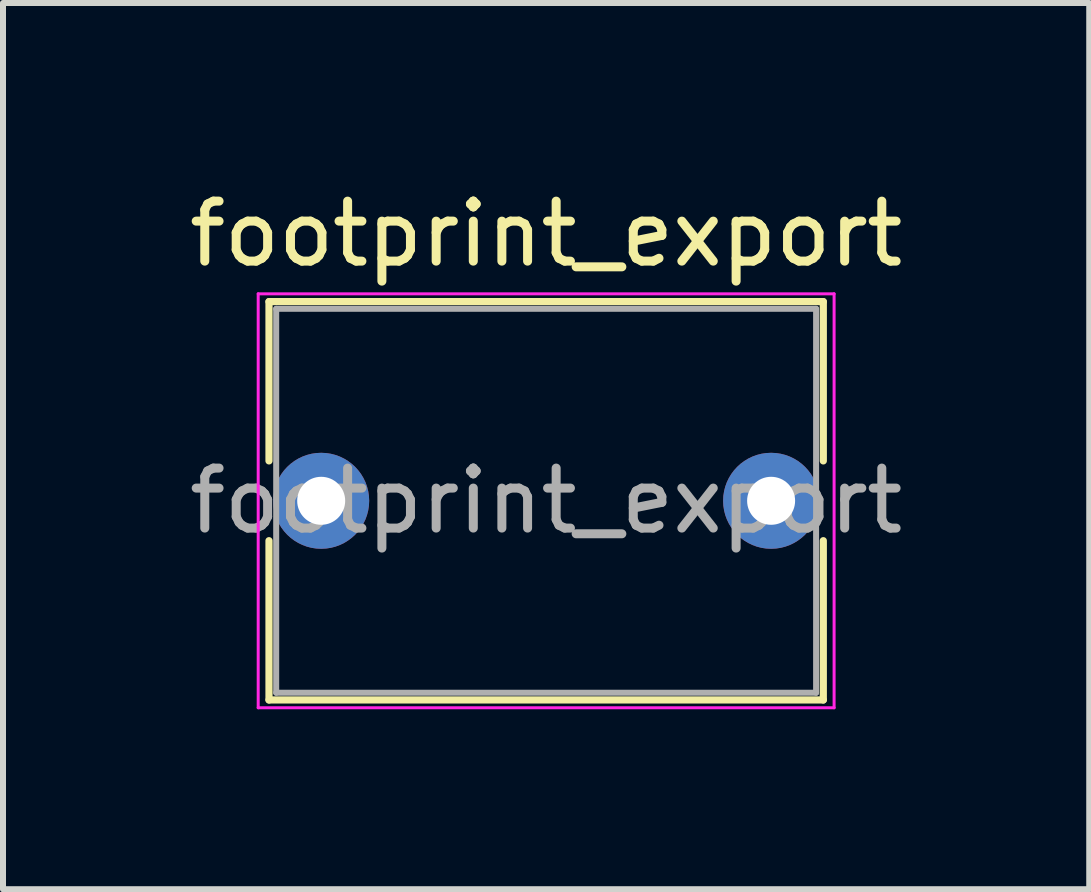
<source format=kicad_pcb>
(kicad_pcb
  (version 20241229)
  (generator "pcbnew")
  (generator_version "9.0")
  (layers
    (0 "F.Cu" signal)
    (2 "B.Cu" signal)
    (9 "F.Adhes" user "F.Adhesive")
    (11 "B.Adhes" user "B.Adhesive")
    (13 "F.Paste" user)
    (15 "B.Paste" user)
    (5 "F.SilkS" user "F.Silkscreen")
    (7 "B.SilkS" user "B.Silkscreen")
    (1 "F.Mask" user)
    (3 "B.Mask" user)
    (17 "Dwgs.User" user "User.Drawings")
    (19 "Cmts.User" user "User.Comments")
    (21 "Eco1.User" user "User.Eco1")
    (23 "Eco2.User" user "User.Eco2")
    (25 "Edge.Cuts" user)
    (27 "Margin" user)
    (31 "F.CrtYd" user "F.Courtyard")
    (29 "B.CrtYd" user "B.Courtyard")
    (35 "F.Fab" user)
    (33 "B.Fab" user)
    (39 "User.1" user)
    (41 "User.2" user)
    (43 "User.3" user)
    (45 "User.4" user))
  (footprint "footprint_export"
    (layer "F.Cu")
    (at 2.304 5.298)
    (property "Reference" "footprint_export" (at 3.75 -4.45 0) (layer "F.SilkS") (effects (font (size 1 1) (thickness 0.15))))
    (attr through_hole)
    (fp_line (start -0.87 -3.32) (end -0.87 -0.665) (stroke (width 0.12) (type solid)) (layer "F.SilkS"))
    (fp_line (start -0.87 -3.32) (end 8.37 -3.32) (stroke (width 0.12) (type solid)) (layer "F.SilkS"))
    (fp_line (start -0.87 0.665) (end -0.87 3.32) (stroke (width 0.12) (type solid)) (layer "F.SilkS"))
    (fp_line (start -0.87 3.32) (end 8.37 3.32) (stroke (width 0.12) (type solid)) (layer "F.SilkS"))
    (fp_line (start 8.37 -3.32) (end 8.37 -0.665) (stroke (width 0.12) (type solid)) (layer "F.SilkS"))
    (fp_line (start 8.37 0.665) (end 8.37 3.32) (stroke (width 0.12) (type solid)) (layer "F.SilkS"))
    (fp_line (start -1.05 -3.45) (end -1.05 3.45) (stroke (width 0.05) (type solid)) (layer "F.CrtYd"))
    (fp_line (start -1.05 3.45) (end 8.55 3.45) (stroke (width 0.05) (type solid)) (layer "F.CrtYd"))
    (fp_line (start 8.55 -3.45) (end -1.05 -3.45) (stroke (width 0.05) (type solid)) (layer "F.CrtYd"))
    (fp_line (start 8.55 3.45) (end 8.55 -3.45) (stroke (width 0.05) (type solid)) (layer "F.CrtYd"))
    (fp_line (start -0.75 -3.2) (end -0.75 3.2) (stroke (width 0.1) (type solid)) (layer "F.Fab"))
    (fp_line (start -0.75 3.2) (end 8.25 3.2) (stroke (width 0.1) (type solid)) (layer "F.Fab"))
    (fp_line (start 8.25 -3.2) (end -0.75 -3.2) (stroke (width 0.1) (type solid)) (layer "F.Fab"))
    (fp_line (start 8.25 3.2) (end 8.25 -3.2) (stroke (width 0.1) (type solid)) (layer "F.Fab"))
    (fp_text user "${REFERENCE}" (at 3.75 0 0) (layer "F.Fab") (effects (font (size 1 1) (thickness 0.15))))
    (pad "1" thru_hole circle (at 0 0) (size 1.6 1.6) (drill 0.8) (layers "*.Cu" "*.Mask"))
    (pad "2" thru_hole circle (at 7.5 0) (size 1.6 1.6) (drill 0.8) (layers "*.Cu" "*.Mask")))
  (gr_rect
    (start -3 -3)
    (end 15.107 11.773)
    (stroke (width 0.1) (type default))
    (fill no)
    (layer "Edge.Cuts")))
</source>
